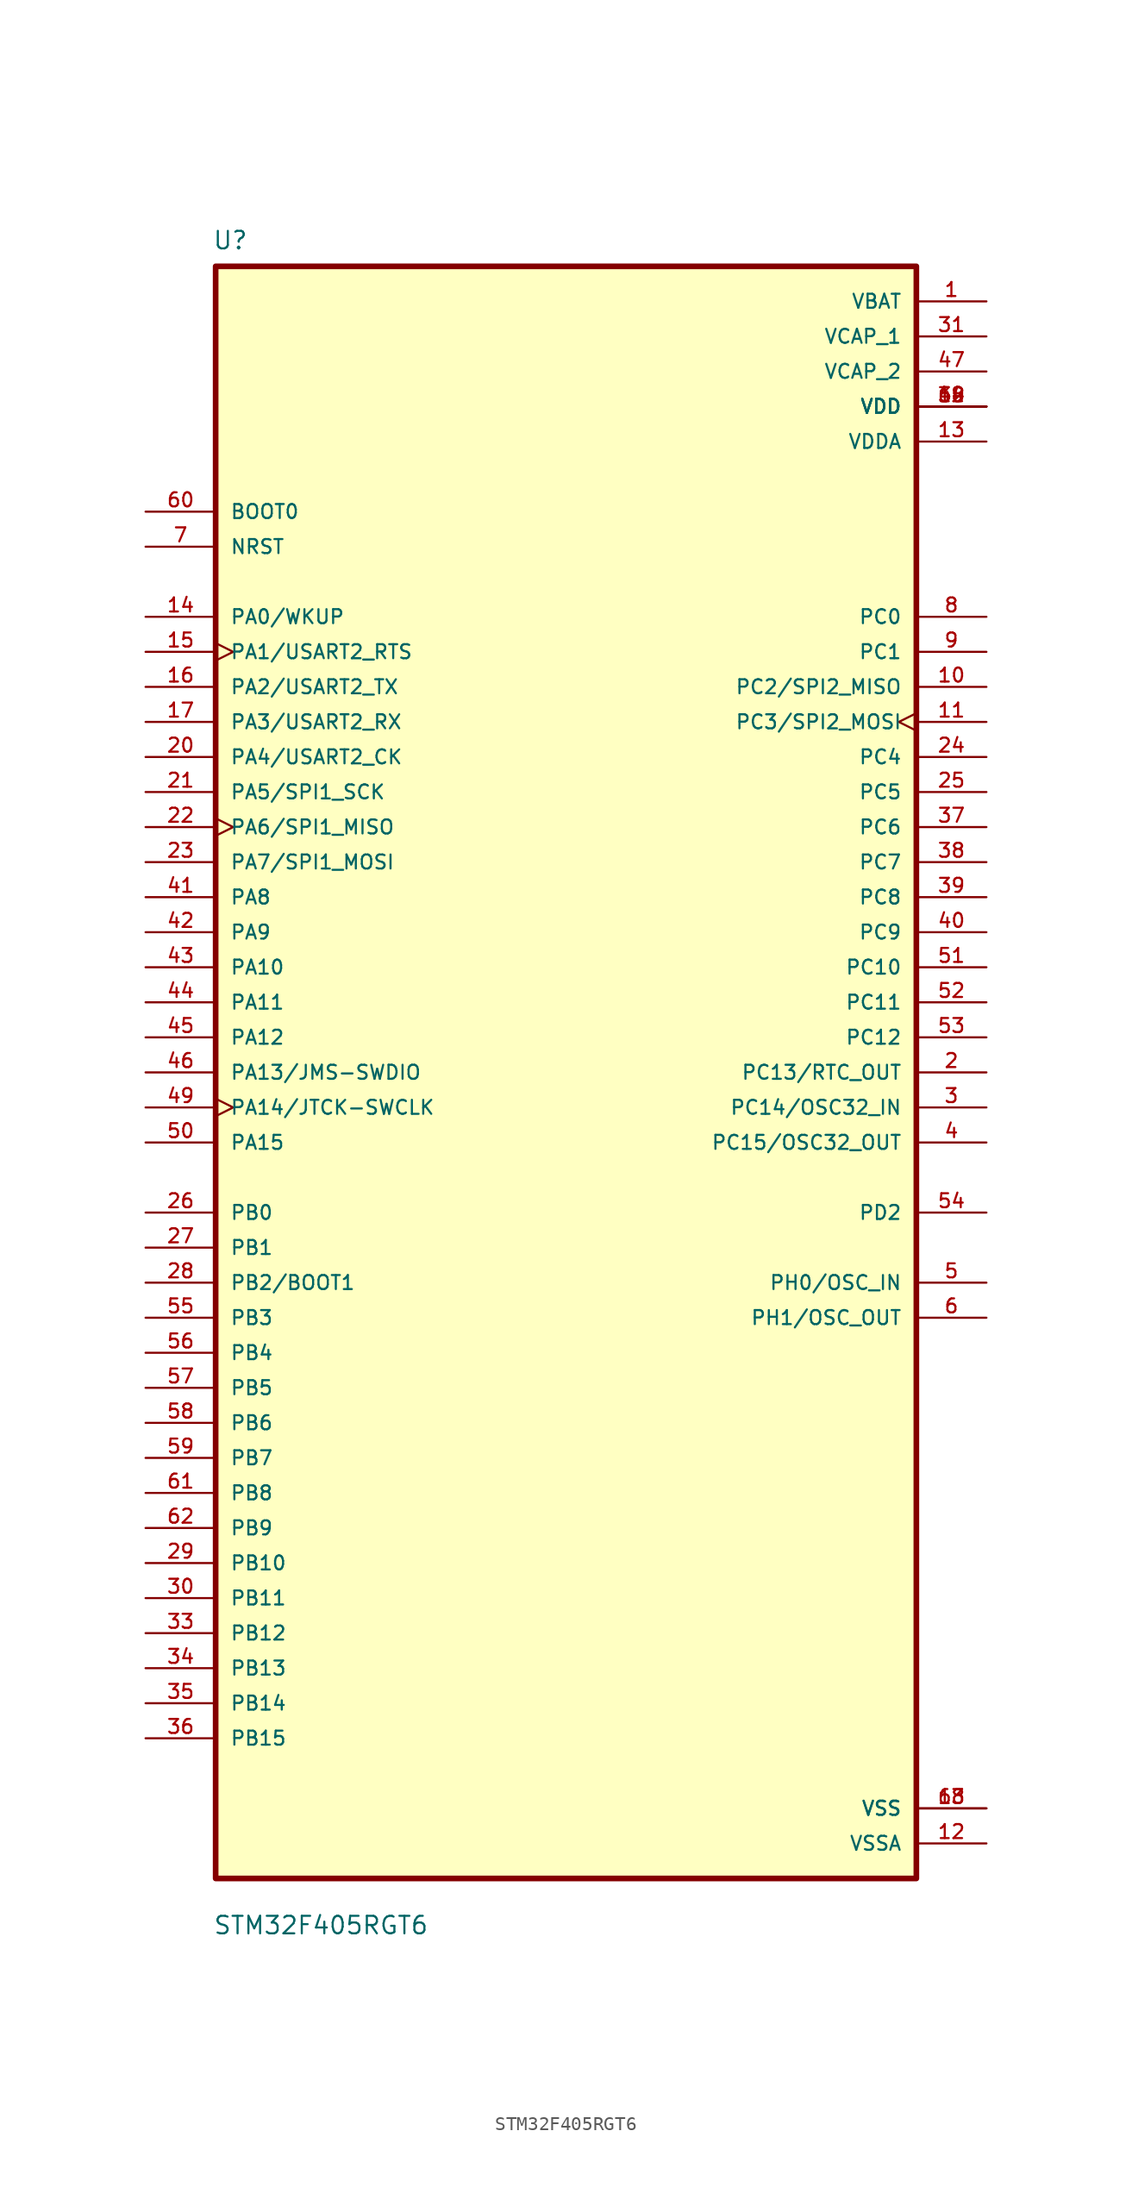
<source format=kicad_sym>
(kicad_symbol_lib
  (version 20211014)
  (generator kicad_symbol_editor)
  (symbol "STM32F405RGT6"
    (pin_names
      (offset 1.016))
    (property "Reference" "U"
      (at -25.644 59.558 0.0)
      (effects (font (size 1.27 1.27)) (justify bottom left)))
    (property "Value" "STM32F405RGT6"
      (at -25.604 -62.56 0.0)
      (effects (font (size 1.27 1.27)) (justify bottom left)))
    (symbol "STM32F405RGT6_0_0"
      (rectangle (start -25.4 -58.42) (end 25.4 58.42) (stroke (width 0.41)) (fill (type background)))
      (pin bidirectional line (at -30.48 40.64 0) (length 5.08) (name "BOOT0" (effects (font (size 1.016 1.016)))) (number "60" (effects (font (size 1.016 1.016)))))
      (pin bidirectional line (at -30.48 38.1 0) (length 5.08) (name "NRST" (effects (font (size 1.016 1.016)))) (number "7" (effects (font (size 1.016 1.016)))))
      (pin bidirectional line (at -30.48 33.02 0) (length 5.08) (name "PA0/WKUP" (effects (font (size 1.016 1.016)))) (number "14" (effects (font (size 1.016 1.016)))))
      (pin bidirectional line (at -30.48 7.62 0) (length 5.08) (name "PA10" (effects (font (size 1.016 1.016)))) (number "43" (effects (font (size 1.016 1.016)))))
      (pin bidirectional line (at -30.48 5.08 0) (length 5.08) (name "PA11" (effects (font (size 1.016 1.016)))) (number "44" (effects (font (size 1.016 1.016)))))
      (pin bidirectional line (at -30.48 2.54 0) (length 5.08) (name "PA12" (effects (font (size 1.016 1.016)))) (number "45" (effects (font (size 1.016 1.016)))))
      (pin bidirectional line (at -30.48 0.0 0) (length 5.08) (name "PA13/JMS-SWDIO" (effects (font (size 1.016 1.016)))) (number "46" (effects (font (size 1.016 1.016)))))
      (pin bidirectional clock (at -30.48 -2.54 0) (length 5.08) (name "PA14/JTCK-SWCLK" (effects (font (size 1.016 1.016)))) (number "49" (effects (font (size 1.016 1.016)))))
      (pin bidirectional line (at -30.48 -5.08 0) (length 5.08) (name "PA15" (effects (font (size 1.016 1.016)))) (number "50" (effects (font (size 1.016 1.016)))))
      (pin bidirectional clock (at -30.48 30.48 0) (length 5.08) (name "PA1/USART2_RTS" (effects (font (size 1.016 1.016)))) (number "15" (effects (font (size 1.016 1.016)))))
      (pin bidirectional line (at -30.48 27.94 0) (length 5.08) (name "PA2/USART2_TX" (effects (font (size 1.016 1.016)))) (number "16" (effects (font (size 1.016 1.016)))))
      (pin bidirectional line (at -30.48 25.4 0) (length 5.08) (name "PA3/USART2_RX" (effects (font (size 1.016 1.016)))) (number "17" (effects (font (size 1.016 1.016)))))
      (pin bidirectional line (at -30.48 22.86 0) (length 5.08) (name "PA4/USART2_CK" (effects (font (size 1.016 1.016)))) (number "20" (effects (font (size 1.016 1.016)))))
      (pin bidirectional line (at -30.48 20.32 0) (length 5.08) (name "PA5/SPI1_SCK" (effects (font (size 1.016 1.016)))) (number "21" (effects (font (size 1.016 1.016)))))
      (pin bidirectional clock (at -30.48 17.78 0) (length 5.08) (name "PA6/SPI1_MISO" (effects (font (size 1.016 1.016)))) (number "22" (effects (font (size 1.016 1.016)))))
      (pin bidirectional line (at -30.48 15.24 0) (length 5.08) (name "PA7/SPI1_MOSI" (effects (font (size 1.016 1.016)))) (number "23" (effects (font (size 1.016 1.016)))))
      (pin bidirectional line (at -30.48 12.7 0) (length 5.08) (name "PA8" (effects (font (size 1.016 1.016)))) (number "41" (effects (font (size 1.016 1.016)))))
      (pin bidirectional line (at -30.48 10.16 0) (length 5.08) (name "PA9" (effects (font (size 1.016 1.016)))) (number "42" (effects (font (size 1.016 1.016)))))
      (pin bidirectional line (at -30.48 -10.16 0) (length 5.08) (name "PB0" (effects (font (size 1.016 1.016)))) (number "26" (effects (font (size 1.016 1.016)))))
      (pin bidirectional line (at -30.48 -12.7 0) (length 5.08) (name "PB1" (effects (font (size 1.016 1.016)))) (number "27" (effects (font (size 1.016 1.016)))))
      (pin bidirectional line (at -30.48 -35.56 0) (length 5.08) (name "PB10" (effects (font (size 1.016 1.016)))) (number "29" (effects (font (size 1.016 1.016)))))
      (pin bidirectional line (at -30.48 -38.1 0) (length 5.08) (name "PB11" (effects (font (size 1.016 1.016)))) (number "30" (effects (font (size 1.016 1.016)))))
      (pin bidirectional line (at -30.48 -40.64 0) (length 5.08) (name "PB12" (effects (font (size 1.016 1.016)))) (number "33" (effects (font (size 1.016 1.016)))))
      (pin bidirectional line (at -30.48 -43.18 0) (length 5.08) (name "PB13" (effects (font (size 1.016 1.016)))) (number "34" (effects (font (size 1.016 1.016)))))
      (pin bidirectional line (at -30.48 -45.72 0) (length 5.08) (name "PB14" (effects (font (size 1.016 1.016)))) (number "35" (effects (font (size 1.016 1.016)))))
      (pin bidirectional line (at -30.48 -48.26 0) (length 5.08) (name "PB15" (effects (font (size 1.016 1.016)))) (number "36" (effects (font (size 1.016 1.016)))))
      (pin bidirectional line (at -30.48 -15.24 0) (length 5.08) (name "PB2/BOOT1" (effects (font (size 1.016 1.016)))) (number "28" (effects (font (size 1.016 1.016)))))
      (pin power_in line (at 30.48 55.88 180.0) (length 5.08) (name "VBAT" (effects (font (size 1.016 1.016)))) (number "1" (effects (font (size 1.016 1.016)))))
      (pin power_in line (at 30.48 53.34 180.0) (length 5.08) (name "VCAP_1" (effects (font (size 1.016 1.016)))) (number "31" (effects (font (size 1.016 1.016)))))
      (pin power_in line (at 30.48 48.26 180.0) (length 5.08) (name "VDD" (effects (font (size 1.016 1.016)))) (number "19" (effects (font (size 1.016 1.016)))))
      (pin power_in line (at 30.48 48.26 180.0) (length 5.08) (name "VDD" (effects (font (size 1.016 1.016)))) (number "32" (effects (font (size 1.016 1.016)))))
      (pin power_in line (at 30.48 48.26 180.0) (length 5.08) (name "VDD" (effects (font (size 1.016 1.016)))) (number "48" (effects (font (size 1.016 1.016)))))
      (pin power_in line (at 30.48 48.26 180.0) (length 5.08) (name "VDD" (effects (font (size 1.016 1.016)))) (number "64" (effects (font (size 1.016 1.016)))))
      (pin power_in line (at 30.48 45.72 180.0) (length 5.08) (name "VDDA" (effects (font (size 1.016 1.016)))) (number "13" (effects (font (size 1.016 1.016)))))
      (pin power_in line (at 30.48 -53.34 180.0) (length 5.08) (name "VSS" (effects (font (size 1.016 1.016)))) (number "18" (effects (font (size 1.016 1.016)))))
      (pin power_in line (at 30.48 -53.34 180.0) (length 5.08) (name "VSS" (effects (font (size 1.016 1.016)))) (number "63" (effects (font (size 1.016 1.016)))))
      (pin power_in line (at 30.48 -55.88 180.0) (length 5.08) (name "VSSA" (effects (font (size 1.016 1.016)))) (number "12" (effects (font (size 1.016 1.016)))))
      (pin bidirectional line (at -30.48 -17.78 0) (length 5.08) (name "PB3" (effects (font (size 1.016 1.016)))) (number "55" (effects (font (size 1.016 1.016)))))
      (pin bidirectional line (at -30.48 -20.32 0) (length 5.08) (name "PB4" (effects (font (size 1.016 1.016)))) (number "56" (effects (font (size 1.016 1.016)))))
      (pin bidirectional line (at -30.48 -22.86 0) (length 5.08) (name "PB5" (effects (font (size 1.016 1.016)))) (number "57" (effects (font (size 1.016 1.016)))))
      (pin bidirectional line (at -30.48 -25.4 0) (length 5.08) (name "PB6" (effects (font (size 1.016 1.016)))) (number "58" (effects (font (size 1.016 1.016)))))
      (pin bidirectional line (at -30.48 -27.94 0) (length 5.08) (name "PB7" (effects (font (size 1.016 1.016)))) (number "59" (effects (font (size 1.016 1.016)))))
      (pin bidirectional line (at -30.48 -33.02 0) (length 5.08) (name "PB9" (effects (font (size 1.016 1.016)))) (number "62" (effects (font (size 1.016 1.016)))))
      (pin bidirectional line (at -30.48 -30.48 0) (length 5.08) (name "PB8" (effects (font (size 1.016 1.016)))) (number "61" (effects (font (size 1.016 1.016)))))
      (pin bidirectional line (at 30.48 33.02 180.0) (length 5.08) (name "PC0" (effects (font (size 1.016 1.016)))) (number "8" (effects (font (size 1.016 1.016)))))
      (pin bidirectional line (at 30.48 7.62 180.0) (length 5.08) (name "PC10" (effects (font (size 1.016 1.016)))) (number "51" (effects (font (size 1.016 1.016)))))
      (pin bidirectional line (at 30.48 5.08 180.0) (length 5.08) (name "PC11" (effects (font (size 1.016 1.016)))) (number "52" (effects (font (size 1.016 1.016)))))
      (pin bidirectional line (at 30.48 2.54 180.0) (length 5.08) (name "PC12" (effects (font (size 1.016 1.016)))) (number "53" (effects (font (size 1.016 1.016)))))
      (pin bidirectional line (at 30.48 0.0 180.0) (length 5.08) (name "PC13/RTC_OUT" (effects (font (size 1.016 1.016)))) (number "2" (effects (font (size 1.016 1.016)))))
      (pin bidirectional line (at 30.48 -2.54 180.0) (length 5.08) (name "PC14/OSC32_IN" (effects (font (size 1.016 1.016)))) (number "3" (effects (font (size 1.016 1.016)))))
      (pin bidirectional line (at 30.48 -5.08 180.0) (length 5.08) (name "PC15/OSC32_OUT" (effects (font (size 1.016 1.016)))) (number "4" (effects (font (size 1.016 1.016)))))
      (pin bidirectional line (at 30.48 30.48 180.0) (length 5.08) (name "PC1" (effects (font (size 1.016 1.016)))) (number "9" (effects (font (size 1.016 1.016)))))
      (pin bidirectional line (at 30.48 27.94 180.0) (length 5.08) (name "PC2/SPI2_MISO" (effects (font (size 1.016 1.016)))) (number "10" (effects (font (size 1.016 1.016)))))
      (pin bidirectional clock (at 30.48 25.4 180.0) (length 5.08) (name "PC3/SPI2_MOSI" (effects (font (size 1.016 1.016)))) (number "11" (effects (font (size 1.016 1.016)))))
      (pin bidirectional line (at 30.48 22.86 180.0) (length 5.08) (name "PC4" (effects (font (size 1.016 1.016)))) (number "24" (effects (font (size 1.016 1.016)))))
      (pin bidirectional line (at 30.48 20.32 180.0) (length 5.08) (name "PC5" (effects (font (size 1.016 1.016)))) (number "25" (effects (font (size 1.016 1.016)))))
      (pin bidirectional line (at 30.48 17.78 180.0) (length 5.08) (name "PC6" (effects (font (size 1.016 1.016)))) (number "37" (effects (font (size 1.016 1.016)))))
      (pin bidirectional line (at 30.48 15.24 180.0) (length 5.08) (name "PC7" (effects (font (size 1.016 1.016)))) (number "38" (effects (font (size 1.016 1.016)))))
      (pin bidirectional line (at 30.48 12.7 180.0) (length 5.08) (name "PC8" (effects (font (size 1.016 1.016)))) (number "39" (effects (font (size 1.016 1.016)))))
      (pin bidirectional line (at 30.48 10.16 180.0) (length 5.08) (name "PC9" (effects (font (size 1.016 1.016)))) (number "40" (effects (font (size 1.016 1.016)))))
      (pin bidirectional line (at 30.48 -10.16 180.0) (length 5.08) (name "PD2" (effects (font (size 1.016 1.016)))) (number "54" (effects (font (size 1.016 1.016)))))
      (pin bidirectional line (at 30.48 -15.24 180.0) (length 5.08) (name "PH0/OSC_IN" (effects (font (size 1.016 1.016)))) (number "5" (effects (font (size 1.016 1.016)))))
      (pin bidirectional line (at 30.48 -17.78 180.0) (length 5.08) (name "PH1/OSC_OUT" (effects (font (size 1.016 1.016)))) (number "6" (effects (font (size 1.016 1.016)))))
      (pin power_in line (at 30.48 50.8 180.0) (length 5.08) (name "VCAP_2" (effects (font (size 1.016 1.016)))) (number "47" (effects (font (size 1.016 1.016))))))))
</source>
